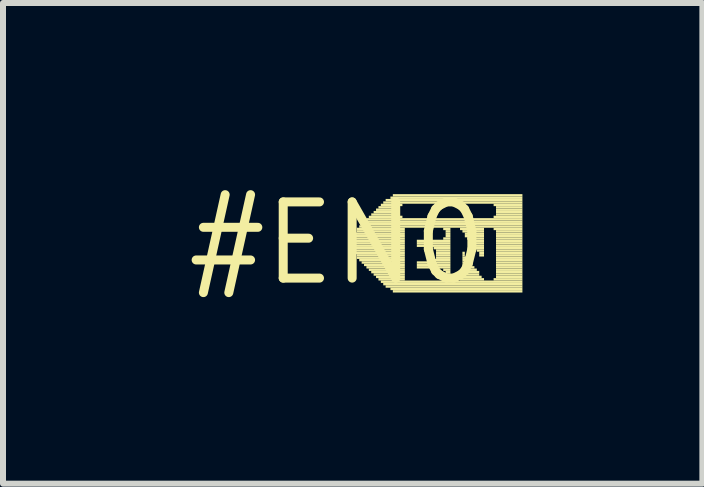
<source format=kicad_pcb>
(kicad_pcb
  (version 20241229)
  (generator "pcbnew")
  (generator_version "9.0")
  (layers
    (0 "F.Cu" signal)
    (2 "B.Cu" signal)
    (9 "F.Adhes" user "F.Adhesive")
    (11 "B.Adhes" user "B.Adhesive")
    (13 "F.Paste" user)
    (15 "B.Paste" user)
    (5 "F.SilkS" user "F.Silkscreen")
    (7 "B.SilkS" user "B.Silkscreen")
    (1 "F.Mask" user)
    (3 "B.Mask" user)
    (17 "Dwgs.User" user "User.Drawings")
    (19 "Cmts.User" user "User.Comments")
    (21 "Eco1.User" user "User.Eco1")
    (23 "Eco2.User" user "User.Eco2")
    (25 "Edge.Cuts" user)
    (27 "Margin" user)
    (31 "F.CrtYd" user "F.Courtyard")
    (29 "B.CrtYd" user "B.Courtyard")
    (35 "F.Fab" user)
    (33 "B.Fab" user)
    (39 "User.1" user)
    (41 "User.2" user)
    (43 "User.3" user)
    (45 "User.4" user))
  (footprint "#EN0"
    (layer "F.Cu")
    (at 2.578 1.006)
    (property "Reference" "#EN0" (at 0 0 0) (layer "F.SilkS") (effects (font (size 1.27 1.27) (thickness 0.15))))
    (fp_poly (pts (xy 0.24 -0.1) (xy 1.12 -0.1) (xy 1.12 -0.14) (xy 0.24 -0.14)) (stroke (width 0) (type solid)) (fill yes) (layer "F.SilkS"))
    (fp_poly (pts (xy 0.24 -0.06) (xy 1.12 -0.06) (xy 1.12 -0.1) (xy 0.24 -0.1)) (stroke (width 0) (type solid)) (fill yes) (layer "F.SilkS"))
    (fp_poly (pts (xy 0.24 -0.02) (xy 1.12 -0.02) (xy 1.12 -0.06) (xy 0.24 -0.06)) (stroke (width 0) (type solid)) (fill yes) (layer "F.SilkS"))
    (fp_poly (pts (xy 0.24 0.02) (xy 1.12 0.02) (xy 1.12 -0.02) (xy 0.24 -0.02)) (stroke (width 0) (type solid)) (fill yes) (layer "F.SilkS"))
    (fp_poly (pts (xy 0.24 0.06) (xy 1.12 0.06) (xy 1.12 0.02) (xy 0.24 0.02)) (stroke (width 0) (type solid)) (fill yes) (layer "F.SilkS"))
    (fp_poly (pts (xy 0.24 0.1) (xy 1.12 0.1) (xy 1.12 0.06) (xy 0.24 0.06)) (stroke (width 0) (type solid)) (fill yes) (layer "F.SilkS"))
    (fp_poly (pts (xy 0.24 0.14) (xy 1.12 0.14) (xy 1.12 0.1) (xy 0.24 0.1)) (stroke (width 0) (type solid)) (fill yes) (layer "F.SilkS"))
    (fp_poly (pts (xy 0.28 -0.14) (xy 1.12 -0.14) (xy 1.12 -0.18) (xy 0.28 -0.18)) (stroke (width 0) (type solid)) (fill yes) (layer "F.SilkS"))
    (fp_poly (pts (xy 0.28 0.18) (xy 1.12 0.18) (xy 1.12 0.14) (xy 0.28 0.14)) (stroke (width 0) (type solid)) (fill yes) (layer "F.SilkS"))
    (fp_poly (pts (xy 0.32 -0.22) (xy 1.12 -0.22) (xy 1.12 -0.26) (xy 0.32 -0.26)) (stroke (width 0) (type solid)) (fill yes) (layer "F.SilkS"))
    (fp_poly (pts (xy 0.32 -0.18) (xy 1.12 -0.18) (xy 1.12 -0.22) (xy 0.32 -0.22)) (stroke (width 0) (type solid)) (fill yes) (layer "F.SilkS"))
    (fp_poly (pts (xy 0.32 0.22) (xy 1.12 0.22) (xy 1.12 0.18) (xy 0.32 0.18)) (stroke (width 0) (type solid)) (fill yes) (layer "F.SilkS"))
    (fp_poly (pts (xy 0.32 0.26) (xy 1.12 0.26) (xy 1.12 0.22) (xy 0.32 0.22)) (stroke (width 0) (type solid)) (fill yes) (layer "F.SilkS"))
    (fp_poly (pts (xy 0.36 -0.26) (xy 3.08 -0.26) (xy 3.08 -0.3) (xy 0.36 -0.3)) (stroke (width 0) (type solid)) (fill yes) (layer "F.SilkS"))
    (fp_poly (pts (xy 0.36 0.3) (xy 1.12 0.3) (xy 1.12 0.26) (xy 0.36 0.26)) (stroke (width 0) (type solid)) (fill yes) (layer "F.SilkS"))
    (fp_poly (pts (xy 0.4 -0.3) (xy 3.08 -0.3) (xy 3.08 -0.34) (xy 0.4 -0.34)) (stroke (width 0) (type solid)) (fill yes) (layer "F.SilkS"))
    (fp_poly (pts (xy 0.4 0.34) (xy 1.12 0.34) (xy 1.12 0.3) (xy 0.4 0.3)) (stroke (width 0) (type solid)) (fill yes) (layer "F.SilkS"))
    (fp_poly (pts (xy 0.44 -0.34) (xy 3.08 -0.34) (xy 3.08 -0.38) (xy 0.44 -0.38)) (stroke (width 0) (type solid)) (fill yes) (layer "F.SilkS"))
    (fp_poly (pts (xy 0.44 0.38) (xy 1.12 0.38) (xy 1.12 0.34) (xy 0.44 0.34)) (stroke (width 0) (type solid)) (fill yes) (layer "F.SilkS"))
    (fp_poly (pts (xy 0.48 -0.38) (xy 3.08 -0.38) (xy 3.08 -0.42) (xy 0.48 -0.42)) (stroke (width 0) (type solid)) (fill yes) (layer "F.SilkS"))
    (fp_poly (pts (xy 0.48 0.42) (xy 1.12 0.42) (xy 1.12 0.38) (xy 0.48 0.38)) (stroke (width 0) (type solid)) (fill yes) (layer "F.SilkS"))
    (fp_poly (pts (xy 0.52 -0.42) (xy 1.08 -0.42) (xy 1.08 -0.46) (xy 0.52 -0.46)) (stroke (width 0) (type solid)) (fill yes) (layer "F.SilkS"))
    (fp_poly (pts (xy 0.52 0.46) (xy 1.12 0.46) (xy 1.12 0.42) (xy 0.52 0.42)) (stroke (width 0) (type solid)) (fill yes) (layer "F.SilkS"))
    (fp_poly (pts (xy 0.56 -0.46) (xy 1.04 -0.46) (xy 1.04 -0.5) (xy 0.56 -0.5)) (stroke (width 0) (type solid)) (fill yes) (layer "F.SilkS"))
    (fp_poly (pts (xy 0.56 0.5) (xy 1.12 0.5) (xy 1.12 0.46) (xy 0.56 0.46)) (stroke (width 0) (type solid)) (fill yes) (layer "F.SilkS"))
    (fp_poly (pts (xy 0.6 -0.5) (xy 1.04 -0.5) (xy 1.04 -0.54) (xy 0.6 -0.54)) (stroke (width 0) (type solid)) (fill yes) (layer "F.SilkS"))
    (fp_poly (pts (xy 0.6 0.54) (xy 1.12 0.54) (xy 1.12 0.5) (xy 0.6 0.5)) (stroke (width 0) (type solid)) (fill yes) (layer "F.SilkS"))
    (fp_poly (pts (xy 0.64 -0.54) (xy 1.04 -0.54) (xy 1.04 -0.58) (xy 0.64 -0.58)) (stroke (width 0) (type solid)) (fill yes) (layer "F.SilkS"))
    (fp_poly (pts (xy 0.64 0.58) (xy 1.12 0.58) (xy 1.12 0.54) (xy 0.64 0.54)) (stroke (width 0) (type solid)) (fill yes) (layer "F.SilkS"))
    (fp_poly (pts (xy 0.68 -0.58) (xy 1.04 -0.58) (xy 1.04 -0.62) (xy 0.68 -0.62)) (stroke (width 0) (type solid)) (fill yes) (layer "F.SilkS"))
    (fp_poly (pts (xy 0.68 0.62) (xy 1.12 0.62) (xy 1.12 0.58) (xy 0.68 0.58)) (stroke (width 0) (type solid)) (fill yes) (layer "F.SilkS"))
    (fp_poly (pts (xy 0.72 -0.62) (xy 1.08 -0.62) (xy 1.08 -0.66) (xy 0.72 -0.66)) (stroke (width 0) (type solid)) (fill yes) (layer "F.SilkS"))
    (fp_poly (pts (xy 0.72 0.66) (xy 3.08 0.66) (xy 3.08 0.62) (xy 0.72 0.62)) (stroke (width 0) (type solid)) (fill yes) (layer "F.SilkS"))
    (fp_poly (pts (xy 0.76 -0.66) (xy 3.08 -0.66) (xy 3.08 -0.7) (xy 0.76 -0.7)) (stroke (width 0) (type solid)) (fill yes) (layer "F.SilkS"))
    (fp_poly (pts (xy 0.76 0.7) (xy 3.08 0.7) (xy 3.08 0.66) (xy 0.76 0.66)) (stroke (width 0) (type solid)) (fill yes) (layer "F.SilkS"))
    (fp_poly (pts (xy 0.8 -0.7) (xy 3.08 -0.7) (xy 3.08 -0.74) (xy 0.8 -0.74)) (stroke (width 0) (type solid)) (fill yes) (layer "F.SilkS"))
    (fp_poly (pts (xy 0.8 0.74) (xy 3.08 0.74) (xy 3.08 0.7) (xy 0.8 0.7)) (stroke (width 0) (type solid)) (fill yes) (layer "F.SilkS"))
    (fp_poly (pts (xy 0.88 -0.74) (xy 3.08 -0.74) (xy 3.08 -0.78) (xy 0.88 -0.78)) (stroke (width 0) (type solid)) (fill yes) (layer "F.SilkS"))
    (fp_poly (pts (xy 0.88 0.78) (xy 3.08 0.78) (xy 3.08 0.74) (xy 0.88 0.74)) (stroke (width 0) (type solid)) (fill yes) (layer "F.SilkS"))
    (fp_poly (pts (xy 0.92 -0.78) (xy 3.08 -0.78) (xy 3.08 -0.82) (xy 0.92 -0.82)) (stroke (width 0) (type solid)) (fill yes) (layer "F.SilkS"))
    (fp_poly (pts (xy 0.92 0.82) (xy 3.08 0.82) (xy 3.08 0.78) (xy 0.92 0.78)) (stroke (width 0) (type solid)) (fill yes) (layer "F.SilkS"))
    (fp_poly (pts (xy 1.32 -0.02) (xy 1.88 -0.02) (xy 1.88 -0.06) (xy 1.32 -0.06)) (stroke (width 0) (type solid)) (fill yes) (layer "F.SilkS"))
    (fp_poly (pts (xy 1.32 0.02) (xy 1.88 0.02) (xy 1.88 -0.02) (xy 1.32 -0.02)) (stroke (width 0) (type solid)) (fill yes) (layer "F.SilkS"))
    (fp_poly (pts (xy 1.32 0.06) (xy 1.88 0.06) (xy 1.88 0.02) (xy 1.32 0.02)) (stroke (width 0) (type solid)) (fill yes) (layer "F.SilkS"))
    (fp_poly (pts (xy 1.32 0.34) (xy 1.88 0.34) (xy 1.88 0.3) (xy 1.32 0.3)) (stroke (width 0) (type solid)) (fill yes) (layer "F.SilkS"))
    (fp_poly (pts (xy 1.32 0.38) (xy 1.88 0.38) (xy 1.88 0.34) (xy 1.32 0.34)) (stroke (width 0) (type solid)) (fill yes) (layer "F.SilkS"))
    (fp_poly (pts (xy 1.32 0.42) (xy 1.88 0.42) (xy 1.88 0.38) (xy 1.32 0.38)) (stroke (width 0) (type solid)) (fill yes) (layer "F.SilkS"))
    (fp_poly (pts (xy 1.6 0.1) (xy 1.88 0.1) (xy 1.88 0.06) (xy 1.6 0.06)) (stroke (width 0) (type solid)) (fill yes) (layer "F.SilkS"))
    (fp_poly (pts (xy 1.6 0.3) (xy 1.88 0.3) (xy 1.88 0.26) (xy 1.6 0.26)) (stroke (width 0) (type solid)) (fill yes) (layer "F.SilkS"))
    (fp_poly (pts (xy 1.64 0.14) (xy 1.88 0.14) (xy 1.88 0.1) (xy 1.64 0.1)) (stroke (width 0) (type solid)) (fill yes) (layer "F.SilkS"))
    (fp_poly (pts (xy 1.64 0.18) (xy 1.88 0.18) (xy 1.88 0.14) (xy 1.64 0.14)) (stroke (width 0) (type solid)) (fill yes) (layer "F.SilkS"))
    (fp_poly (pts (xy 1.64 0.22) (xy 1.88 0.22) (xy 1.88 0.18) (xy 1.64 0.18)) (stroke (width 0) (type solid)) (fill yes) (layer "F.SilkS"))
    (fp_poly (pts (xy 1.64 0.26) (xy 1.88 0.26) (xy 1.88 0.22) (xy 1.64 0.22)) (stroke (width 0) (type solid)) (fill yes) (layer "F.SilkS"))
    (fp_poly (pts (xy 1.76 -0.22) (xy 1.88 -0.22) (xy 1.88 -0.26) (xy 1.76 -0.26)) (stroke (width 0) (type solid)) (fill yes) (layer "F.SilkS"))
    (fp_poly (pts (xy 1.76 -0.06) (xy 1.88 -0.06) (xy 1.88 -0.1) (xy 1.76 -0.1)) (stroke (width 0) (type solid)) (fill yes) (layer "F.SilkS"))
    (fp_poly (pts (xy 1.76 0.46) (xy 1.88 0.46) (xy 1.88 0.42) (xy 1.76 0.42)) (stroke (width 0) (type solid)) (fill yes) (layer "F.SilkS"))
    (fp_poly (pts (xy 1.76 0.62) (xy 1.88 0.62) (xy 1.88 0.58) (xy 1.76 0.58)) (stroke (width 0) (type solid)) (fill yes) (layer "F.SilkS"))
    (fp_poly (pts (xy 1.8 -0.18) (xy 1.88 -0.18) (xy 1.88 -0.22) (xy 1.8 -0.22)) (stroke (width 0) (type solid)) (fill yes) (layer "F.SilkS"))
    (fp_poly (pts (xy 1.8 -0.14) (xy 1.88 -0.14) (xy 1.88 -0.18) (xy 1.8 -0.18)) (stroke (width 0) (type solid)) (fill yes) (layer "F.SilkS"))
    (fp_poly (pts (xy 1.8 -0.1) (xy 1.88 -0.1) (xy 1.88 -0.14) (xy 1.8 -0.14)) (stroke (width 0) (type solid)) (fill yes) (layer "F.SilkS"))
    (fp_poly (pts (xy 1.8 0.5) (xy 1.88 0.5) (xy 1.88 0.46) (xy 1.8 0.46)) (stroke (width 0) (type solid)) (fill yes) (layer "F.SilkS"))
    (fp_poly (pts (xy 1.8 0.54) (xy 1.88 0.54) (xy 1.88 0.5) (xy 1.8 0.5)) (stroke (width 0) (type solid)) (fill yes) (layer "F.SilkS"))
    (fp_poly (pts (xy 1.8 0.58) (xy 1.88 0.58) (xy 1.88 0.54) (xy 1.8 0.54)) (stroke (width 0) (type solid)) (fill yes) (layer "F.SilkS"))
    (fp_poly (pts (xy 2.04 -0.22) (xy 2.44 -0.22) (xy 2.44 -0.26) (xy 2.04 -0.26)) (stroke (width 0) (type solid)) (fill yes) (layer "F.SilkS"))
    (fp_poly (pts (xy 2.04 0.62) (xy 2.44 0.62) (xy 2.44 0.58) (xy 2.04 0.58)) (stroke (width 0) (type solid)) (fill yes) (layer "F.SilkS"))
    (fp_poly (pts (xy 2.08 -0.18) (xy 2.44 -0.18) (xy 2.44 -0.22) (xy 2.08 -0.22)) (stroke (width 0) (type solid)) (fill yes) (layer "F.SilkS"))
    (fp_poly (pts (xy 2.08 0.18) (xy 2.12 0.18) (xy 2.12 0.14) (xy 2.08 0.14)) (stroke (width 0) (type solid)) (fill yes) (layer "F.SilkS"))
    (fp_poly (pts (xy 2.08 0.22) (xy 2.12 0.22) (xy 2.12 0.18) (xy 2.08 0.18)) (stroke (width 0) (type solid)) (fill yes) (layer "F.SilkS"))
    (fp_poly (pts (xy 2.08 0.26) (xy 2.16 0.26) (xy 2.16 0.22) (xy 2.08 0.22)) (stroke (width 0) (type solid)) (fill yes) (layer "F.SilkS"))
    (fp_poly (pts (xy 2.08 0.3) (xy 2.2 0.3) (xy 2.2 0.26) (xy 2.08 0.26)) (stroke (width 0) (type solid)) (fill yes) (layer "F.SilkS"))
    (fp_poly (pts (xy 2.08 0.34) (xy 2.24 0.34) (xy 2.24 0.3) (xy 2.08 0.3)) (stroke (width 0) (type solid)) (fill yes) (layer "F.SilkS"))
    (fp_poly (pts (xy 2.08 0.38) (xy 2.24 0.38) (xy 2.24 0.34) (xy 2.08 0.34)) (stroke (width 0) (type solid)) (fill yes) (layer "F.SilkS"))
    (fp_poly (pts (xy 2.08 0.42) (xy 2.28 0.42) (xy 2.28 0.38) (xy 2.08 0.38)) (stroke (width 0) (type solid)) (fill yes) (layer "F.SilkS"))
    (fp_poly (pts (xy 2.08 0.46) (xy 2.32 0.46) (xy 2.32 0.42) (xy 2.08 0.42)) (stroke (width 0) (type solid)) (fill yes) (layer "F.SilkS"))
    (fp_poly (pts (xy 2.08 0.5) (xy 2.36 0.5) (xy 2.36 0.46) (xy 2.08 0.46)) (stroke (width 0) (type solid)) (fill yes) (layer "F.SilkS"))
    (fp_poly (pts (xy 2.08 0.54) (xy 2.36 0.54) (xy 2.36 0.5) (xy 2.08 0.5)) (stroke (width 0) (type solid)) (fill yes) (layer "F.SilkS"))
    (fp_poly (pts (xy 2.08 0.58) (xy 2.4 0.58) (xy 2.4 0.54) (xy 2.08 0.54)) (stroke (width 0) (type solid)) (fill yes) (layer "F.SilkS"))
    (fp_poly (pts (xy 2.12 -0.14) (xy 2.44 -0.14) (xy 2.44 -0.18) (xy 2.12 -0.18)) (stroke (width 0) (type solid)) (fill yes) (layer "F.SilkS"))
    (fp_poly (pts (xy 2.12 -0.1) (xy 2.44 -0.1) (xy 2.44 -0.14) (xy 2.12 -0.14)) (stroke (width 0) (type solid)) (fill yes) (layer "F.SilkS"))
    (fp_poly (pts (xy 2.16 -0.06) (xy 2.44 -0.06) (xy 2.44 -0.1) (xy 2.16 -0.1)) (stroke (width 0) (type solid)) (fill yes) (layer "F.SilkS"))
    (fp_poly (pts (xy 2.2 -0.02) (xy 2.44 -0.02) (xy 2.44 -0.06) (xy 2.2 -0.06)) (stroke (width 0) (type solid)) (fill yes) (layer "F.SilkS"))
    (fp_poly (pts (xy 2.24 0.02) (xy 2.44 0.02) (xy 2.44 -0.02) (xy 2.24 -0.02)) (stroke (width 0) (type solid)) (fill yes) (layer "F.SilkS"))
    (fp_poly (pts (xy 2.24 0.06) (xy 2.44 0.06) (xy 2.44 0.02) (xy 2.24 0.02)) (stroke (width 0) (type solid)) (fill yes) (layer "F.SilkS"))
    (fp_poly (pts (xy 2.28 0.1) (xy 2.44 0.1) (xy 2.44 0.06) (xy 2.28 0.06)) (stroke (width 0) (type solid)) (fill yes) (layer "F.SilkS"))
    (fp_poly (pts (xy 2.32 0.14) (xy 2.44 0.14) (xy 2.44 0.1) (xy 2.32 0.1)) (stroke (width 0) (type solid)) (fill yes) (layer "F.SilkS"))
    (fp_poly (pts (xy 2.36 0.18) (xy 2.44 0.18) (xy 2.44 0.14) (xy 2.36 0.14)) (stroke (width 0) (type solid)) (fill yes) (layer "F.SilkS"))
    (fp_poly (pts (xy 2.36 0.22) (xy 2.44 0.22) (xy 2.44 0.18) (xy 2.36 0.18)) (stroke (width 0) (type solid)) (fill yes) (layer "F.SilkS"))
    (fp_poly (pts (xy 2.6 -0.62) (xy 3.08 -0.62) (xy 3.08 -0.66) (xy 2.6 -0.66)) (stroke (width 0) (type solid)) (fill yes) (layer "F.SilkS"))
    (fp_poly (pts (xy 2.6 -0.42) (xy 3.08 -0.42) (xy 3.08 -0.46) (xy 2.6 -0.46)) (stroke (width 0) (type solid)) (fill yes) (layer "F.SilkS"))
    (fp_poly (pts (xy 2.6 -0.22) (xy 3.08 -0.22) (xy 3.08 -0.26) (xy 2.6 -0.26)) (stroke (width 0) (type solid)) (fill yes) (layer "F.SilkS"))
    (fp_poly (pts (xy 2.6 0.62) (xy 3.08 0.62) (xy 3.08 0.58) (xy 2.6 0.58)) (stroke (width 0) (type solid)) (fill yes) (layer "F.SilkS"))
    (fp_poly (pts (xy 2.64 -0.58) (xy 3.08 -0.58) (xy 3.08 -0.62) (xy 2.64 -0.62)) (stroke (width 0) (type solid)) (fill yes) (layer "F.SilkS"))
    (fp_poly (pts (xy 2.64 -0.54) (xy 3.08 -0.54) (xy 3.08 -0.58) (xy 2.64 -0.58)) (stroke (width 0) (type solid)) (fill yes) (layer "F.SilkS"))
    (fp_poly (pts (xy 2.64 -0.5) (xy 3.08 -0.5) (xy 3.08 -0.54) (xy 2.64 -0.54)) (stroke (width 0) (type solid)) (fill yes) (layer "F.SilkS"))
    (fp_poly (pts (xy 2.64 -0.46) (xy 3.08 -0.46) (xy 3.08 -0.5) (xy 2.64 -0.5)) (stroke (width 0) (type solid)) (fill yes) (layer "F.SilkS"))
    (fp_poly (pts (xy 2.64 -0.18) (xy 3.08 -0.18) (xy 3.08 -0.22) (xy 2.64 -0.22)) (stroke (width 0) (type solid)) (fill yes) (layer "F.SilkS"))
    (fp_poly (pts (xy 2.64 -0.14) (xy 3.08 -0.14) (xy 3.08 -0.18) (xy 2.64 -0.18)) (stroke (width 0) (type solid)) (fill yes) (layer "F.SilkS"))
    (fp_poly (pts (xy 2.64 -0.1) (xy 3.08 -0.1) (xy 3.08 -0.14) (xy 2.64 -0.14)) (stroke (width 0) (type solid)) (fill yes) (layer "F.SilkS"))
    (fp_poly (pts (xy 2.64 -0.06) (xy 3.08 -0.06) (xy 3.08 -0.1) (xy 2.64 -0.1)) (stroke (width 0) (type solid)) (fill yes) (layer "F.SilkS"))
    (fp_poly (pts (xy 2.64 -0.02) (xy 3.08 -0.02) (xy 3.08 -0.06) (xy 2.64 -0.06)) (stroke (width 0) (type solid)) (fill yes) (layer "F.SilkS"))
    (fp_poly (pts (xy 2.64 0.02) (xy 3.08 0.02) (xy 3.08 -0.02) (xy 2.64 -0.02)) (stroke (width 0) (type solid)) (fill yes) (layer "F.SilkS"))
    (fp_poly (pts (xy 2.64 0.06) (xy 3.08 0.06) (xy 3.08 0.02) (xy 2.64 0.02)) (stroke (width 0) (type solid)) (fill yes) (layer "F.SilkS"))
    (fp_poly (pts (xy 2.64 0.1) (xy 3.08 0.1) (xy 3.08 0.06) (xy 2.64 0.06)) (stroke (width 0) (type solid)) (fill yes) (layer "F.SilkS"))
    (fp_poly (pts (xy 2.64 0.14) (xy 3.08 0.14) (xy 3.08 0.1) (xy 2.64 0.1)) (stroke (width 0) (type solid)) (fill yes) (layer "F.SilkS"))
    (fp_poly (pts (xy 2.64 0.18) (xy 3.08 0.18) (xy 3.08 0.14) (xy 2.64 0.14)) (stroke (width 0) (type solid)) (fill yes) (layer "F.SilkS"))
    (fp_poly (pts (xy 2.64 0.22) (xy 3.08 0.22) (xy 3.08 0.18) (xy 2.64 0.18)) (stroke (width 0) (type solid)) (fill yes) (layer "F.SilkS"))
    (fp_poly (pts (xy 2.64 0.26) (xy 3.08 0.26) (xy 3.08 0.22) (xy 2.64 0.22)) (stroke (width 0) (type solid)) (fill yes) (layer "F.SilkS"))
    (fp_poly (pts (xy 2.64 0.3) (xy 3.08 0.3) (xy 3.08 0.26) (xy 2.64 0.26)) (stroke (width 0) (type solid)) (fill yes) (layer "F.SilkS"))
    (fp_poly (pts (xy 2.64 0.34) (xy 3.08 0.34) (xy 3.08 0.3) (xy 2.64 0.3)) (stroke (width 0) (type solid)) (fill yes) (layer "F.SilkS"))
    (fp_poly (pts (xy 2.64 0.38) (xy 3.08 0.38) (xy 3.08 0.34) (xy 2.64 0.34)) (stroke (width 0) (type solid)) (fill yes) (layer "F.SilkS"))
    (fp_poly (pts (xy 2.64 0.42) (xy 3.08 0.42) (xy 3.08 0.38) (xy 2.64 0.38)) (stroke (width 0) (type solid)) (fill yes) (layer "F.SilkS"))
    (fp_poly (pts (xy 2.64 0.46) (xy 3.08 0.46) (xy 3.08 0.42) (xy 2.64 0.42)) (stroke (width 0) (type solid)) (fill yes) (layer "F.SilkS"))
    (fp_poly (pts (xy 2.64 0.5) (xy 3.08 0.5) (xy 3.08 0.46) (xy 2.64 0.46)) (stroke (width 0) (type solid)) (fill yes) (layer "F.SilkS"))
    (fp_poly (pts (xy 2.64 0.54) (xy 3.08 0.54) (xy 3.08 0.5) (xy 2.64 0.5)) (stroke (width 0) (type solid)) (fill yes) (layer "F.SilkS"))
    (fp_poly (pts (xy 2.64 0.58) (xy 3.08 0.58) (xy 3.08 0.54) (xy 2.64 0.54)) (stroke (width 0) (type solid)) (fill yes) (layer "F.SilkS")))
  (gr_rect
    (start -3 -3)
    (end 8.658 5.012)
    (stroke (width 0.1) (type default))
    (fill no)
    (layer "Edge.Cuts")))
</source>
